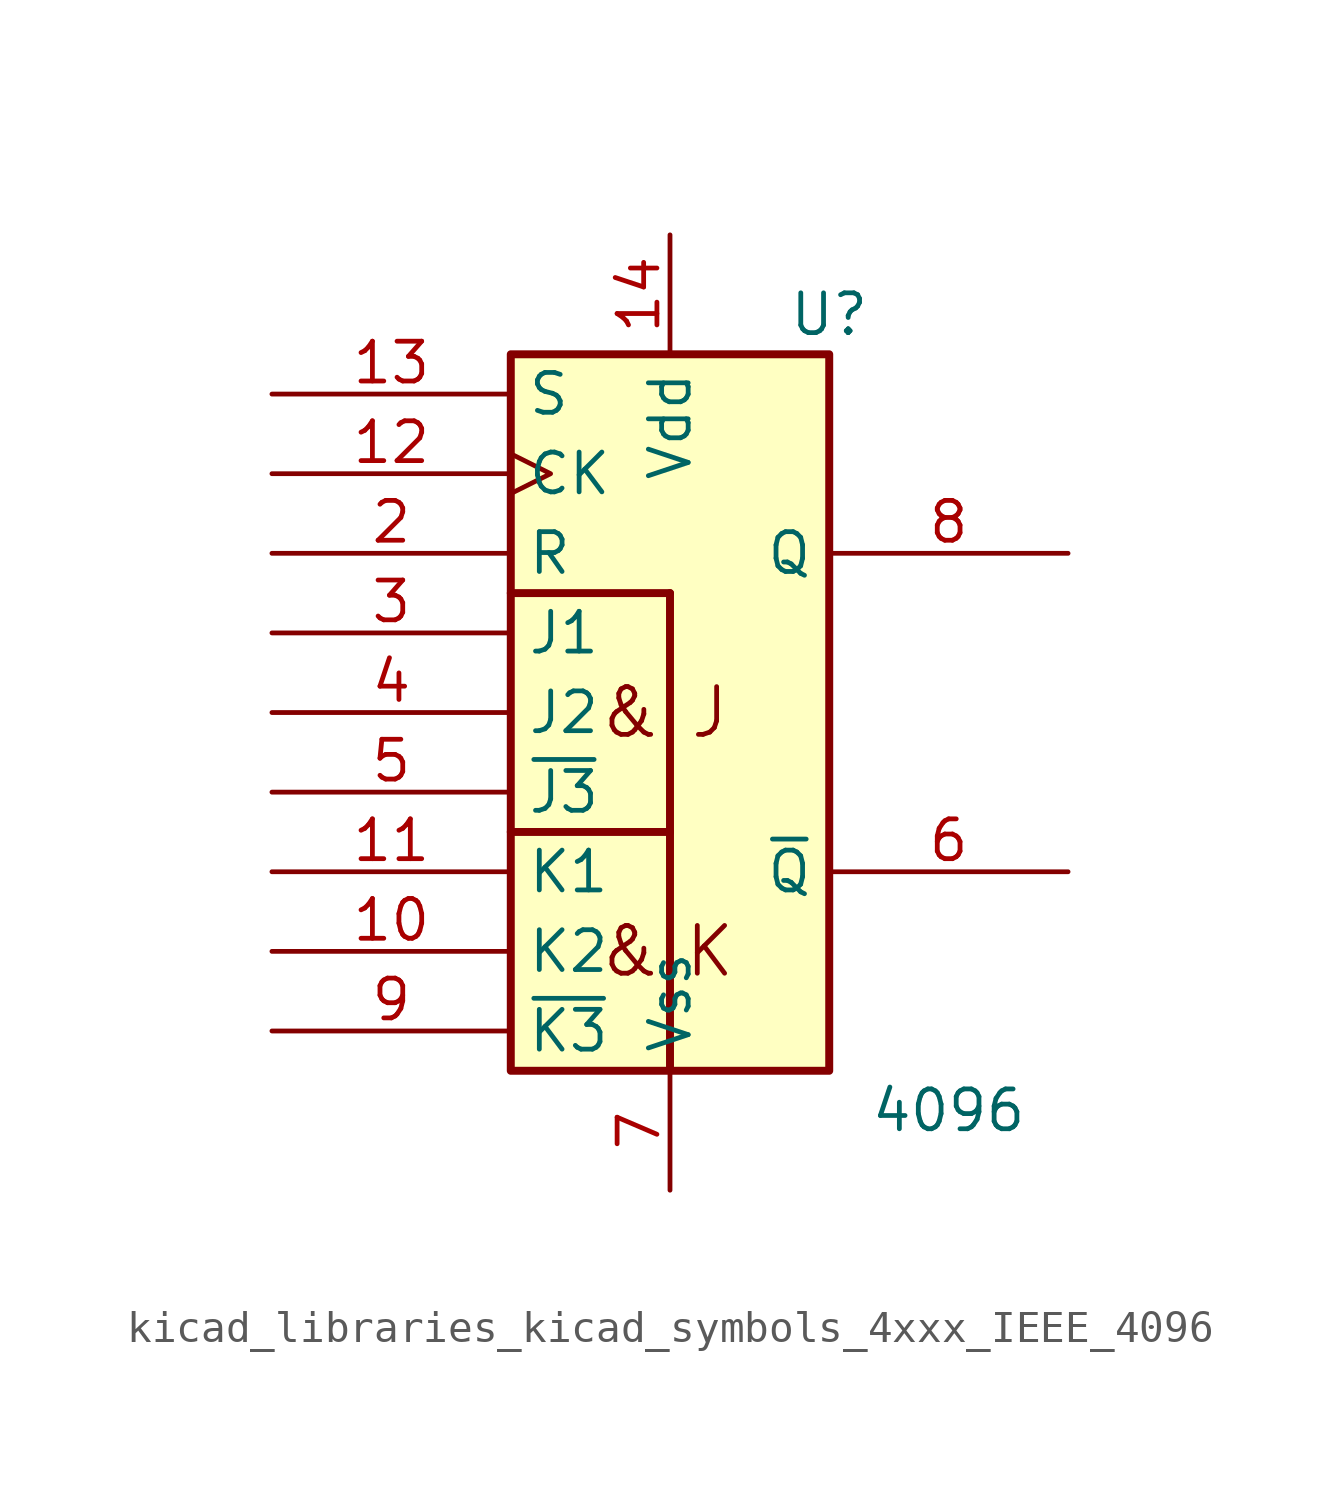
<source format=kicad_sym>
(kicad_symbol_lib
  (version 20220914)
  (generator kicad_symbol_editor)
  (symbol "kicad_libraries_kicad_symbols_4xxx_IEEE_4096"
    (property "Reference" "U"
      (at 5.08 12.7 0)
      (effects (font (size 1.27 1.27))))
    (property "Value" "4096"
      (at 8.89 -12.7 0)
      (effects (font (size 1.27 1.27))))
    (symbol "kicad_libraries_kicad_symbols_4xxx_IEEE_4096_0_0"
      (text "&" (at -1.27 -7.62 0) (effects (font (size 1.524 1.524))))
      (text "&" (at -1.27 0 0) (effects (font (size 1.524 1.524))))
      (text "J" (at 1.27 0 0) (effects (font (size 1.524 1.524))))
      (text "K" (at 1.27 -7.62 0) (effects (font (size 1.524 1.524)))))
    (symbol "kicad_libraries_kicad_symbols_4xxx_IEEE_4096_0_1"
      (rectangle (start -5.08 3.81) (end 0 3.81) (stroke (width 0.254) (type default)) (fill (type background)))
      (rectangle (start -5.08 11.43) (end 5.08 -11.43) (stroke (width 0.254) (type default)) (fill (type background)))
      (rectangle (start 0 -3.81) (end -5.08 -3.81) (stroke (width 0.254) (type default)) (fill (type background)))
      (rectangle (start 0 -3.81) (end 0 -11.43) (stroke (width 0.254) (type default)) (fill (type background)))
      (rectangle (start 0 3.81) (end 0 -3.81) (stroke (width 0.254) (type default)) (fill (type background))))
    (symbol "kicad_libraries_kicad_symbols_4xxx_IEEE_4096_1_1"
      (pin input line (at -12.7 -7.62 0) (length 7.62) (name "K2" (effects (font (size 1.27 1.27)))) (number "10" (effects (font (size 1.27 1.27)))))
      (pin input line (at -12.7 -5.08 0) (length 7.62) (name "K1" (effects (font (size 1.27 1.27)))) (number "11" (effects (font (size 1.27 1.27)))))
      (pin input clock (at -12.7 7.62 0) (length 7.62) (name "CK" (effects (font (size 1.27 1.27)))) (number "12" (effects (font (size 1.27 1.27)))))
      (pin input line (at -12.7 10.16 0) (length 7.62) (name "S" (effects (font (size 1.27 1.27)))) (number "13" (effects (font (size 1.27 1.27)))))
      (pin power_in line (at 0 15.24 270) (length 3.81) (name "Vdd" (effects (font (size 1.27 1.27)))) (number "14" (effects (font (size 1.27 1.27)))))
      (pin input line (at -12.7 5.08 0) (length 7.62) (name "R" (effects (font (size 1.27 1.27)))) (number "2" (effects (font (size 1.27 1.27)))))
      (pin input line (at -12.7 2.54 0) (length 7.62) (name "J1" (effects (font (size 1.27 1.27)))) (number "3" (effects (font (size 1.27 1.27)))))
      (pin input line (at -12.7 0 0) (length 7.62) (name "J2" (effects (font (size 1.27 1.27)))) (number "4" (effects (font (size 1.27 1.27)))))
      (pin input line (at -12.7 -2.54 0) (length 7.62) (name "~{J3}" (effects (font (size 1.27 1.27)))) (number "5" (effects (font (size 1.27 1.27)))))
      (pin output line (at 12.7 -5.08 180) (length 7.62) (name "~{Q}" (effects (font (size 1.27 1.27)))) (number "6" (effects (font (size 1.27 1.27)))))
      (pin power_in line (at 0 -15.24 90) (length 3.81) (name "Vss" (effects (font (size 1.27 1.27)))) (number "7" (effects (font (size 1.27 1.27)))))
      (pin output line (at 12.7 5.08 180) (length 7.62) (name "Q" (effects (font (size 1.27 1.27)))) (number "8" (effects (font (size 1.27 1.27)))))
      (pin input line (at -12.7 -10.16 0) (length 7.62) (name "~{K3}" (effects (font (size 1.27 1.27)))) (number "9" (effects (font (size 1.27 1.27))))))))
</source>
